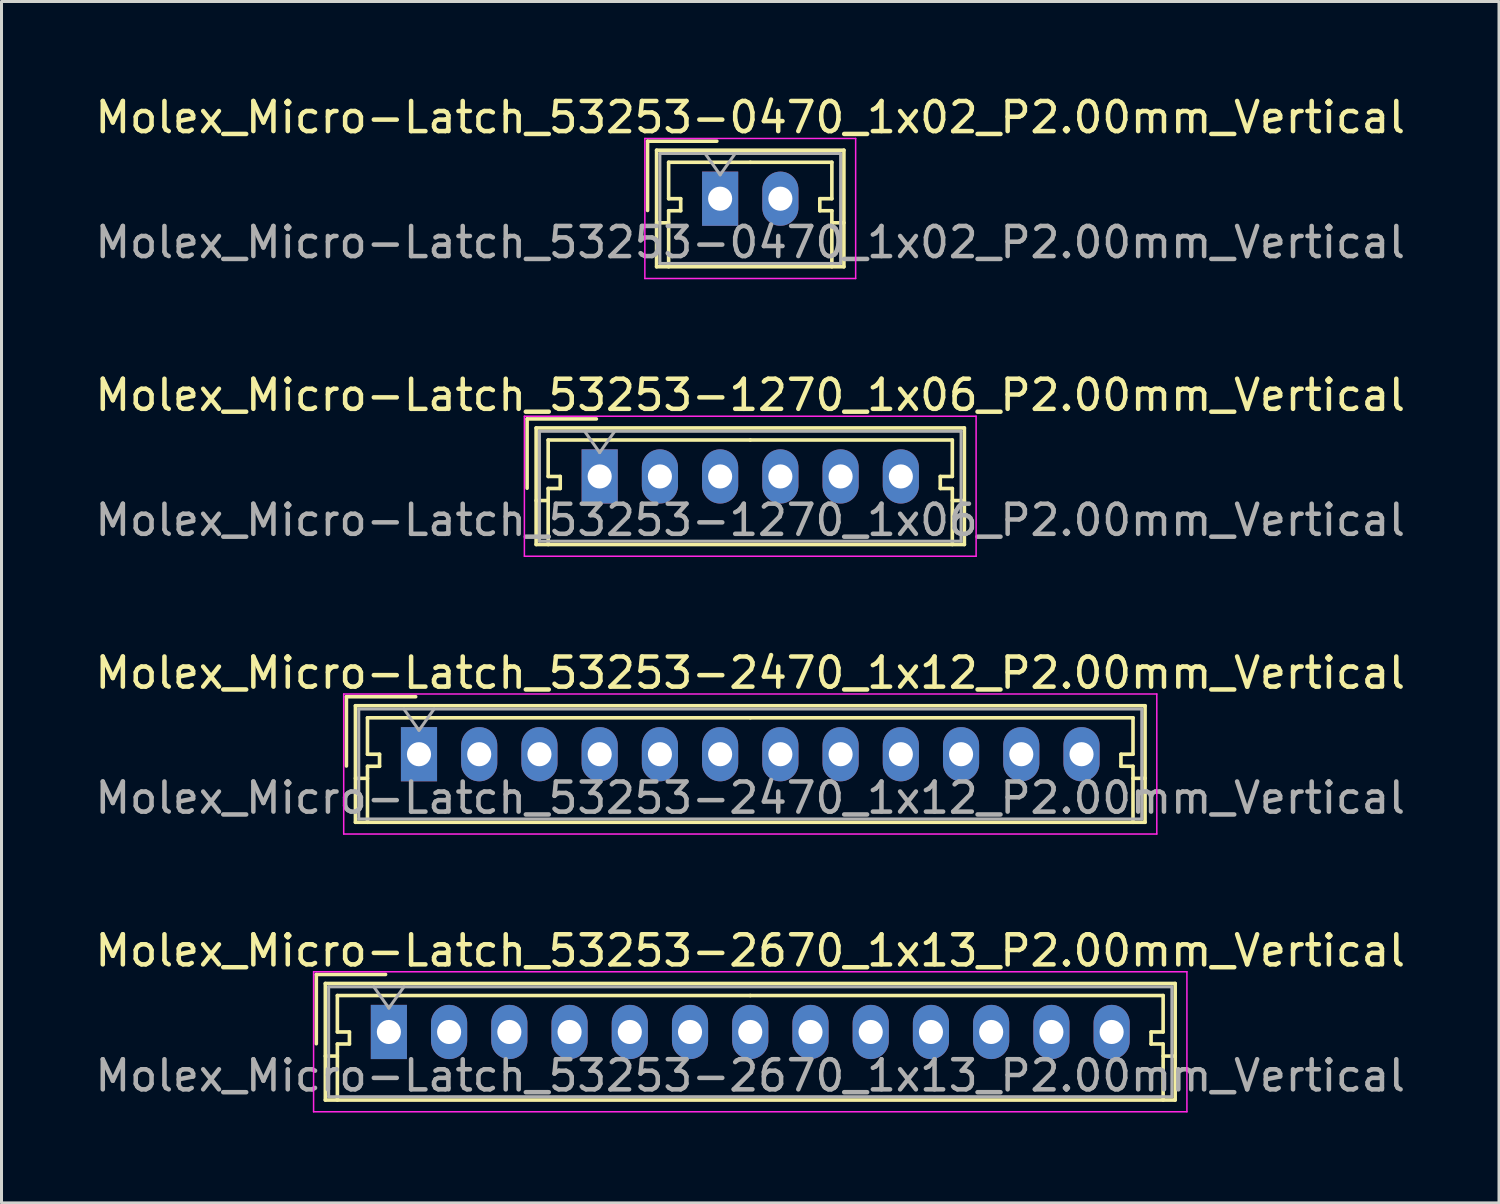
<source format=kicad_pcb>
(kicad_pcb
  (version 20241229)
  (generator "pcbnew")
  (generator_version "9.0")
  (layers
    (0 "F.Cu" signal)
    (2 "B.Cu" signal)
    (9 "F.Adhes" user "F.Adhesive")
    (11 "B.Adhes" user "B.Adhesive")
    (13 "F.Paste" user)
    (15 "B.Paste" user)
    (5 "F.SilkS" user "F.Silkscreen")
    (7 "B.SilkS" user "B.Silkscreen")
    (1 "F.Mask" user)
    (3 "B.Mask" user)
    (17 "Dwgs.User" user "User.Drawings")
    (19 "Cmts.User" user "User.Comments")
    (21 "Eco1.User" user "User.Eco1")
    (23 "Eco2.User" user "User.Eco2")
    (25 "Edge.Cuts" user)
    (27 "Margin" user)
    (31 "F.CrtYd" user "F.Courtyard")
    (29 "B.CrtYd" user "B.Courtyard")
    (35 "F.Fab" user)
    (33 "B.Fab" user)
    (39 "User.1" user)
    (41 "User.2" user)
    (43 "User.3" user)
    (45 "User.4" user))
  (footprint "Molex_Micro-Latch_53253-2670_1x13_P2.00mm_Vertical"
    (layer "F.Cu")
    (at 9.863 31.218)
    (property "Reference" "Molex_Micro-Latch_53253-2670_1x13_P2.00mm_Vertical" (at 12 -2.7 0) (layer "F.SilkS") (effects (font (size 1 1) (thickness 0.15))))
    (attr through_hole)
    (fp_line (start -2.41 -1.91) (end -2.41 0.39) (stroke (width 0.12) (type solid)) (layer "F.SilkS"))
    (fp_line (start -2.11 -1.61) (end -2.11 2.26) (stroke (width 0.12) (type solid)) (layer "F.SilkS"))
    (fp_line (start -2.11 0.8) (end -1.71 0.8) (stroke (width 0.12) (type solid)) (layer "F.SilkS"))
    (fp_line (start -2.11 2.26) (end 26.11 2.26) (stroke (width 0.12) (type solid)) (layer "F.SilkS"))
    (fp_line (start -1.71 -1.21) (end -1.71 0) (stroke (width 0.12) (type solid)) (layer "F.SilkS"))
    (fp_line (start -1.71 0) (end -1.31 0) (stroke (width 0.12) (type solid)) (layer "F.SilkS"))
    (fp_line (start -1.71 0.4) (end -1.71 2.26) (stroke (width 0.12) (type solid)) (layer "F.SilkS"))
    (fp_line (start -1.31 0) (end -1.31 0.4) (stroke (width 0.12) (type solid)) (layer "F.SilkS"))
    (fp_line (start -1.31 0.4) (end -1.71 0.4) (stroke (width 0.12) (type solid)) (layer "F.SilkS"))
    (fp_line (start -0.11 -1.91) (end -2.41 -1.91) (stroke (width 0.12) (type solid)) (layer "F.SilkS"))
    (fp_line (start 12 -1.21) (end -1.71 -1.21) (stroke (width 0.12) (type solid)) (layer "F.SilkS"))
    (fp_line (start 12 -1.21) (end 25.71 -1.21) (stroke (width 0.12) (type solid)) (layer "F.SilkS"))
    (fp_line (start 25.31 0) (end 25.31 0.4) (stroke (width 0.12) (type solid)) (layer "F.SilkS"))
    (fp_line (start 25.31 0.4) (end 25.71 0.4) (stroke (width 0.12) (type solid)) (layer "F.SilkS"))
    (fp_line (start 25.71 -1.21) (end 25.71 0) (stroke (width 0.12) (type solid)) (layer "F.SilkS"))
    (fp_line (start 25.71 0) (end 25.31 0) (stroke (width 0.12) (type solid)) (layer "F.SilkS"))
    (fp_line (start 25.71 0.4) (end 25.71 2.26) (stroke (width 0.12) (type solid)) (layer "F.SilkS"))
    (fp_line (start 26.11 -1.61) (end -2.11 -1.61) (stroke (width 0.12) (type solid)) (layer "F.SilkS"))
    (fp_line (start 26.11 0.8) (end 25.71 0.8) (stroke (width 0.12) (type solid)) (layer "F.SilkS"))
    (fp_line (start 26.11 2.26) (end 26.11 -1.61) (stroke (width 0.12) (type solid)) (layer "F.SilkS"))
    (fp_line (start -2.5 -2) (end -2.5 2.65) (stroke (width 0.05) (type solid)) (layer "F.CrtYd"))
    (fp_line (start -2.5 2.65) (end 26.5 2.65) (stroke (width 0.05) (type solid)) (layer "F.CrtYd"))
    (fp_line (start 26.5 -2) (end -2.5 -2) (stroke (width 0.05) (type solid)) (layer "F.CrtYd"))
    (fp_line (start 26.5 2.65) (end 26.5 -2) (stroke (width 0.05) (type solid)) (layer "F.CrtYd"))
    (fp_line (start -2 -1.5) (end -2 2.15) (stroke (width 0.1) (type solid)) (layer "F.Fab"))
    (fp_line (start -2 2.15) (end 26 2.15) (stroke (width 0.1) (type solid)) (layer "F.Fab"))
    (fp_line (start -0.5 -1.5) (end 0 -0.793) (stroke (width 0.1) (type solid)) (layer "F.Fab"))
    (fp_line (start 0 -0.793) (end 0.5 -1.5) (stroke (width 0.1) (type solid)) (layer "F.Fab"))
    (fp_line (start 26 -1.5) (end -2 -1.5) (stroke (width 0.1) (type solid)) (layer "F.Fab"))
    (fp_line (start 26 2.15) (end 26 -1.5) (stroke (width 0.1) (type solid)) (layer "F.Fab"))
    (fp_text user "${REFERENCE}" (at 12 1.45 0) (layer "F.Fab") (effects (font (size 1 1) (thickness 0.15))))
    (pad "1" thru_hole rect (at 0 0) (size 1.2 1.8) (drill 0.8) (layers "*.Cu" "*.Mask"))
    (pad "2" thru_hole oval (at 2 0) (size 1.2 1.8) (drill 0.8) (layers "*.Cu" "*.Mask"))
    (pad "3" thru_hole oval (at 4 0) (size 1.2 1.8) (drill 0.8) (layers "*.Cu" "*.Mask"))
    (pad "4" thru_hole oval (at 6 0) (size 1.2 1.8) (drill 0.8) (layers "*.Cu" "*.Mask"))
    (pad "5" thru_hole oval (at 8 0) (size 1.2 1.8) (drill 0.8) (layers "*.Cu" "*.Mask"))
    (pad "6" thru_hole oval (at 10 0) (size 1.2 1.8) (drill 0.8) (layers "*.Cu" "*.Mask"))
    (pad "7" thru_hole oval (at 12 0) (size 1.2 1.8) (drill 0.8) (layers "*.Cu" "*.Mask"))
    (pad "8" thru_hole oval (at 14 0) (size 1.2 1.8) (drill 0.8) (layers "*.Cu" "*.Mask"))
    (pad "9" thru_hole oval (at 16 0) (size 1.2 1.8) (drill 0.8) (layers "*.Cu" "*.Mask"))
    (pad "10" thru_hole oval (at 18 0) (size 1.2 1.8) (drill 0.8) (layers "*.Cu" "*.Mask"))
    (pad "11" thru_hole oval (at 20 0) (size 1.2 1.8) (drill 0.8) (layers "*.Cu" "*.Mask"))
    (pad "12" thru_hole oval (at 22 0) (size 1.2 1.8) (drill 0.8) (layers "*.Cu" "*.Mask"))
    (pad "13" thru_hole oval (at 24 0) (size 1.2 1.8) (drill 0.8) (layers "*.Cu" "*.Mask")))
  (footprint "Molex_Micro-Latch_53253-1270_1x06_P2.00mm_Vertical"
    (layer "F.Cu")
    (at 16.863 12.771)
    (property "Reference" "Molex_Micro-Latch_53253-1270_1x06_P2.00mm_Vertical" (at 5 -2.7 0) (layer "F.SilkS") (effects (font (size 1 1) (thickness 0.15))))
    (attr through_hole)
    (fp_line (start -2.41 -1.91) (end -2.41 0.39) (stroke (width 0.12) (type solid)) (layer "F.SilkS"))
    (fp_line (start -2.11 -1.61) (end -2.11 2.26) (stroke (width 0.12) (type solid)) (layer "F.SilkS"))
    (fp_line (start -2.11 0.8) (end -1.71 0.8) (stroke (width 0.12) (type solid)) (layer "F.SilkS"))
    (fp_line (start -2.11 2.26) (end 12.11 2.26) (stroke (width 0.12) (type solid)) (layer "F.SilkS"))
    (fp_line (start -1.71 -1.21) (end -1.71 0) (stroke (width 0.12) (type solid)) (layer "F.SilkS"))
    (fp_line (start -1.71 0) (end -1.31 0) (stroke (width 0.12) (type solid)) (layer "F.SilkS"))
    (fp_line (start -1.71 0.4) (end -1.71 2.26) (stroke (width 0.12) (type solid)) (layer "F.SilkS"))
    (fp_line (start -1.31 0) (end -1.31 0.4) (stroke (width 0.12) (type solid)) (layer "F.SilkS"))
    (fp_line (start -1.31 0.4) (end -1.71 0.4) (stroke (width 0.12) (type solid)) (layer "F.SilkS"))
    (fp_line (start -0.11 -1.91) (end -2.41 -1.91) (stroke (width 0.12) (type solid)) (layer "F.SilkS"))
    (fp_line (start 5 -1.21) (end -1.71 -1.21) (stroke (width 0.12) (type solid)) (layer "F.SilkS"))
    (fp_line (start 5 -1.21) (end 11.71 -1.21) (stroke (width 0.12) (type solid)) (layer "F.SilkS"))
    (fp_line (start 11.31 0) (end 11.31 0.4) (stroke (width 0.12) (type solid)) (layer "F.SilkS"))
    (fp_line (start 11.31 0.4) (end 11.71 0.4) (stroke (width 0.12) (type solid)) (layer "F.SilkS"))
    (fp_line (start 11.71 -1.21) (end 11.71 0) (stroke (width 0.12) (type solid)) (layer "F.SilkS"))
    (fp_line (start 11.71 0) (end 11.31 0) (stroke (width 0.12) (type solid)) (layer "F.SilkS"))
    (fp_line (start 11.71 0.4) (end 11.71 2.26) (stroke (width 0.12) (type solid)) (layer "F.SilkS"))
    (fp_line (start 12.11 -1.61) (end -2.11 -1.61) (stroke (width 0.12) (type solid)) (layer "F.SilkS"))
    (fp_line (start 12.11 0.8) (end 11.71 0.8) (stroke (width 0.12) (type solid)) (layer "F.SilkS"))
    (fp_line (start 12.11 2.26) (end 12.11 -1.61) (stroke (width 0.12) (type solid)) (layer "F.SilkS"))
    (fp_line (start -2.5 -2) (end -2.5 2.65) (stroke (width 0.05) (type solid)) (layer "F.CrtYd"))
    (fp_line (start -2.5 2.65) (end 12.5 2.65) (stroke (width 0.05) (type solid)) (layer "F.CrtYd"))
    (fp_line (start 12.5 -2) (end -2.5 -2) (stroke (width 0.05) (type solid)) (layer "F.CrtYd"))
    (fp_line (start 12.5 2.65) (end 12.5 -2) (stroke (width 0.05) (type solid)) (layer "F.CrtYd"))
    (fp_line (start -2 -1.5) (end -2 2.15) (stroke (width 0.1) (type solid)) (layer "F.Fab"))
    (fp_line (start -2 2.15) (end 12 2.15) (stroke (width 0.1) (type solid)) (layer "F.Fab"))
    (fp_line (start -0.5 -1.5) (end 0 -0.793) (stroke (width 0.1) (type solid)) (layer "F.Fab"))
    (fp_line (start 0 -0.793) (end 0.5 -1.5) (stroke (width 0.1) (type solid)) (layer "F.Fab"))
    (fp_line (start 12 -1.5) (end -2 -1.5) (stroke (width 0.1) (type solid)) (layer "F.Fab"))
    (fp_line (start 12 2.15) (end 12 -1.5) (stroke (width 0.1) (type solid)) (layer "F.Fab"))
    (fp_text user "${REFERENCE}" (at 5 1.45 0) (layer "F.Fab") (effects (font (size 1 1) (thickness 0.15))))
    (pad "1" thru_hole rect (at 0 0) (size 1.2 1.8) (drill 0.8) (layers "*.Cu" "*.Mask"))
    (pad "2" thru_hole oval (at 2 0) (size 1.2 1.8) (drill 0.8) (layers "*.Cu" "*.Mask"))
    (pad "3" thru_hole oval (at 4 0) (size 1.2 1.8) (drill 0.8) (layers "*.Cu" "*.Mask"))
    (pad "4" thru_hole oval (at 6 0) (size 1.2 1.8) (drill 0.8) (layers "*.Cu" "*.Mask"))
    (pad "5" thru_hole oval (at 8 0) (size 1.2 1.8) (drill 0.8) (layers "*.Cu" "*.Mask"))
    (pad "6" thru_hole oval (at 10 0) (size 1.2 1.8) (drill 0.8) (layers "*.Cu" "*.Mask")))
  (footprint "Molex_Micro-Latch_53253-0470_1x02_P2.00mm_Vertical"
    (layer "F.Cu")
    (at 20.863 3.548)
    (property "Reference" "Molex_Micro-Latch_53253-0470_1x02_P2.00mm_Vertical" (at 1 -2.7 0) (layer "F.SilkS") (effects (font (size 1 1) (thickness 0.15))))
    (attr through_hole)
    (fp_line (start -2.41 -1.91) (end -2.41 0.39) (stroke (width 0.12) (type solid)) (layer "F.SilkS"))
    (fp_line (start -2.11 -1.61) (end -2.11 2.26) (stroke (width 0.12) (type solid)) (layer "F.SilkS"))
    (fp_line (start -2.11 0.8) (end -1.71 0.8) (stroke (width 0.12) (type solid)) (layer "F.SilkS"))
    (fp_line (start -2.11 2.26) (end 4.11 2.26) (stroke (width 0.12) (type solid)) (layer "F.SilkS"))
    (fp_line (start -1.71 -1.21) (end -1.71 0) (stroke (width 0.12) (type solid)) (layer "F.SilkS"))
    (fp_line (start -1.71 0) (end -1.31 0) (stroke (width 0.12) (type solid)) (layer "F.SilkS"))
    (fp_line (start -1.71 0.4) (end -1.71 2.26) (stroke (width 0.12) (type solid)) (layer "F.SilkS"))
    (fp_line (start -1.31 0) (end -1.31 0.4) (stroke (width 0.12) (type solid)) (layer "F.SilkS"))
    (fp_line (start -1.31 0.4) (end -1.71 0.4) (stroke (width 0.12) (type solid)) (layer "F.SilkS"))
    (fp_line (start -0.11 -1.91) (end -2.41 -1.91) (stroke (width 0.12) (type solid)) (layer "F.SilkS"))
    (fp_line (start 1 -1.21) (end -1.71 -1.21) (stroke (width 0.12) (type solid)) (layer "F.SilkS"))
    (fp_line (start 1 -1.21) (end 3.71 -1.21) (stroke (width 0.12) (type solid)) (layer "F.SilkS"))
    (fp_line (start 3.31 0) (end 3.31 0.4) (stroke (width 0.12) (type solid)) (layer "F.SilkS"))
    (fp_line (start 3.31 0.4) (end 3.71 0.4) (stroke (width 0.12) (type solid)) (layer "F.SilkS"))
    (fp_line (start 3.71 -1.21) (end 3.71 0) (stroke (width 0.12) (type solid)) (layer "F.SilkS"))
    (fp_line (start 3.71 0) (end 3.31 0) (stroke (width 0.12) (type solid)) (layer "F.SilkS"))
    (fp_line (start 3.71 0.4) (end 3.71 2.26) (stroke (width 0.12) (type solid)) (layer "F.SilkS"))
    (fp_line (start 4.11 -1.61) (end -2.11 -1.61) (stroke (width 0.12) (type solid)) (layer "F.SilkS"))
    (fp_line (start 4.11 0.8) (end 3.71 0.8) (stroke (width 0.12) (type solid)) (layer "F.SilkS"))
    (fp_line (start 4.11 2.26) (end 4.11 -1.61) (stroke (width 0.12) (type solid)) (layer "F.SilkS"))
    (fp_line (start -2.5 -2) (end -2.5 2.65) (stroke (width 0.05) (type solid)) (layer "F.CrtYd"))
    (fp_line (start -2.5 2.65) (end 4.5 2.65) (stroke (width 0.05) (type solid)) (layer "F.CrtYd"))
    (fp_line (start 4.5 -2) (end -2.5 -2) (stroke (width 0.05) (type solid)) (layer "F.CrtYd"))
    (fp_line (start 4.5 2.65) (end 4.5 -2) (stroke (width 0.05) (type solid)) (layer "F.CrtYd"))
    (fp_line (start -2 -1.5) (end -2 2.15) (stroke (width 0.1) (type solid)) (layer "F.Fab"))
    (fp_line (start -2 2.15) (end 4 2.15) (stroke (width 0.1) (type solid)) (layer "F.Fab"))
    (fp_line (start -0.5 -1.5) (end 0 -0.793) (stroke (width 0.1) (type solid)) (layer "F.Fab"))
    (fp_line (start 0 -0.793) (end 0.5 -1.5) (stroke (width 0.1) (type solid)) (layer "F.Fab"))
    (fp_line (start 4 -1.5) (end -2 -1.5) (stroke (width 0.1) (type solid)) (layer "F.Fab"))
    (fp_line (start 4 2.15) (end 4 -1.5) (stroke (width 0.1) (type solid)) (layer "F.Fab"))
    (fp_text user "${REFERENCE}" (at 1 1.45 0) (layer "F.Fab") (effects (font (size 1 1) (thickness 0.15))))
    (pad "1" thru_hole rect (at 0 0) (size 1.2 1.8) (drill 0.8) (layers "*.Cu" "*.Mask"))
    (pad "2" thru_hole oval (at 2 0) (size 1.2 1.8) (drill 0.8) (layers "*.Cu" "*.Mask")))
  (footprint "Molex_Micro-Latch_53253-2470_1x12_P2.00mm_Vertical"
    (layer "F.Cu")
    (at 10.863 21.995)
    (property "Reference" "Molex_Micro-Latch_53253-2470_1x12_P2.00mm_Vertical" (at 11 -2.7 0) (layer "F.SilkS") (effects (font (size 1 1) (thickness 0.15))))
    (attr through_hole)
    (fp_line (start -2.41 -1.91) (end -2.41 0.39) (stroke (width 0.12) (type solid)) (layer "F.SilkS"))
    (fp_line (start -2.11 -1.61) (end -2.11 2.26) (stroke (width 0.12) (type solid)) (layer "F.SilkS"))
    (fp_line (start -2.11 0.8) (end -1.71 0.8) (stroke (width 0.12) (type solid)) (layer "F.SilkS"))
    (fp_line (start -2.11 2.26) (end 24.11 2.26) (stroke (width 0.12) (type solid)) (layer "F.SilkS"))
    (fp_line (start -1.71 -1.21) (end -1.71 0) (stroke (width 0.12) (type solid)) (layer "F.SilkS"))
    (fp_line (start -1.71 0) (end -1.31 0) (stroke (width 0.12) (type solid)) (layer "F.SilkS"))
    (fp_line (start -1.71 0.4) (end -1.71 2.26) (stroke (width 0.12) (type solid)) (layer "F.SilkS"))
    (fp_line (start -1.31 0) (end -1.31 0.4) (stroke (width 0.12) (type solid)) (layer "F.SilkS"))
    (fp_line (start -1.31 0.4) (end -1.71 0.4) (stroke (width 0.12) (type solid)) (layer "F.SilkS"))
    (fp_line (start -0.11 -1.91) (end -2.41 -1.91) (stroke (width 0.12) (type solid)) (layer "F.SilkS"))
    (fp_line (start 11 -1.21) (end -1.71 -1.21) (stroke (width 0.12) (type solid)) (layer "F.SilkS"))
    (fp_line (start 11 -1.21) (end 23.71 -1.21) (stroke (width 0.12) (type solid)) (layer "F.SilkS"))
    (fp_line (start 23.31 0) (end 23.31 0.4) (stroke (width 0.12) (type solid)) (layer "F.SilkS"))
    (fp_line (start 23.31 0.4) (end 23.71 0.4) (stroke (width 0.12) (type solid)) (layer "F.SilkS"))
    (fp_line (start 23.71 -1.21) (end 23.71 0) (stroke (width 0.12) (type solid)) (layer "F.SilkS"))
    (fp_line (start 23.71 0) (end 23.31 0) (stroke (width 0.12) (type solid)) (layer "F.SilkS"))
    (fp_line (start 23.71 0.4) (end 23.71 2.26) (stroke (width 0.12) (type solid)) (layer "F.SilkS"))
    (fp_line (start 24.11 -1.61) (end -2.11 -1.61) (stroke (width 0.12) (type solid)) (layer "F.SilkS"))
    (fp_line (start 24.11 0.8) (end 23.71 0.8) (stroke (width 0.12) (type solid)) (layer "F.SilkS"))
    (fp_line (start 24.11 2.26) (end 24.11 -1.61) (stroke (width 0.12) (type solid)) (layer "F.SilkS"))
    (fp_line (start -2.5 -2) (end -2.5 2.65) (stroke (width 0.05) (type solid)) (layer "F.CrtYd"))
    (fp_line (start -2.5 2.65) (end 24.5 2.65) (stroke (width 0.05) (type solid)) (layer "F.CrtYd"))
    (fp_line (start 24.5 -2) (end -2.5 -2) (stroke (width 0.05) (type solid)) (layer "F.CrtYd"))
    (fp_line (start 24.5 2.65) (end 24.5 -2) (stroke (width 0.05) (type solid)) (layer "F.CrtYd"))
    (fp_line (start -2 -1.5) (end -2 2.15) (stroke (width 0.1) (type solid)) (layer "F.Fab"))
    (fp_line (start -2 2.15) (end 24 2.15) (stroke (width 0.1) (type solid)) (layer "F.Fab"))
    (fp_line (start -0.5 -1.5) (end 0 -0.793) (stroke (width 0.1) (type solid)) (layer "F.Fab"))
    (fp_line (start 0 -0.793) (end 0.5 -1.5) (stroke (width 0.1) (type solid)) (layer "F.Fab"))
    (fp_line (start 24 -1.5) (end -2 -1.5) (stroke (width 0.1) (type solid)) (layer "F.Fab"))
    (fp_line (start 24 2.15) (end 24 -1.5) (stroke (width 0.1) (type solid)) (layer "F.Fab"))
    (fp_text user "${REFERENCE}" (at 11 1.45 0) (layer "F.Fab") (effects (font (size 1 1) (thickness 0.15))))
    (pad "1" thru_hole rect (at 0 0) (size 1.2 1.8) (drill 0.8) (layers "*.Cu" "*.Mask"))
    (pad "2" thru_hole oval (at 2 0) (size 1.2 1.8) (drill 0.8) (layers "*.Cu" "*.Mask"))
    (pad "3" thru_hole oval (at 4 0) (size 1.2 1.8) (drill 0.8) (layers "*.Cu" "*.Mask"))
    (pad "4" thru_hole oval (at 6 0) (size 1.2 1.8) (drill 0.8) (layers "*.Cu" "*.Mask"))
    (pad "5" thru_hole oval (at 8 0) (size 1.2 1.8) (drill 0.8) (layers "*.Cu" "*.Mask"))
    (pad "6" thru_hole oval (at 10 0) (size 1.2 1.8) (drill 0.8) (layers "*.Cu" "*.Mask"))
    (pad "7" thru_hole oval (at 12 0) (size 1.2 1.8) (drill 0.8) (layers "*.Cu" "*.Mask"))
    (pad "8" thru_hole oval (at 14 0) (size 1.2 1.8) (drill 0.8) (layers "*.Cu" "*.Mask"))
    (pad "9" thru_hole oval (at 16 0) (size 1.2 1.8) (drill 0.8) (layers "*.Cu" "*.Mask"))
    (pad "10" thru_hole oval (at 18 0) (size 1.2 1.8) (drill 0.8) (layers "*.Cu" "*.Mask"))
    (pad "11" thru_hole oval (at 20 0) (size 1.2 1.8) (drill 0.8) (layers "*.Cu" "*.Mask"))
    (pad "12" thru_hole oval (at 22 0) (size 1.2 1.8) (drill 0.8) (layers "*.Cu" "*.Mask")))
  (gr_rect
    (start -3 -3)
    (end 46.726 36.893)
    (stroke (width 0.1) (type default))
    (fill no)
    (layer "Edge.Cuts")))
</source>
